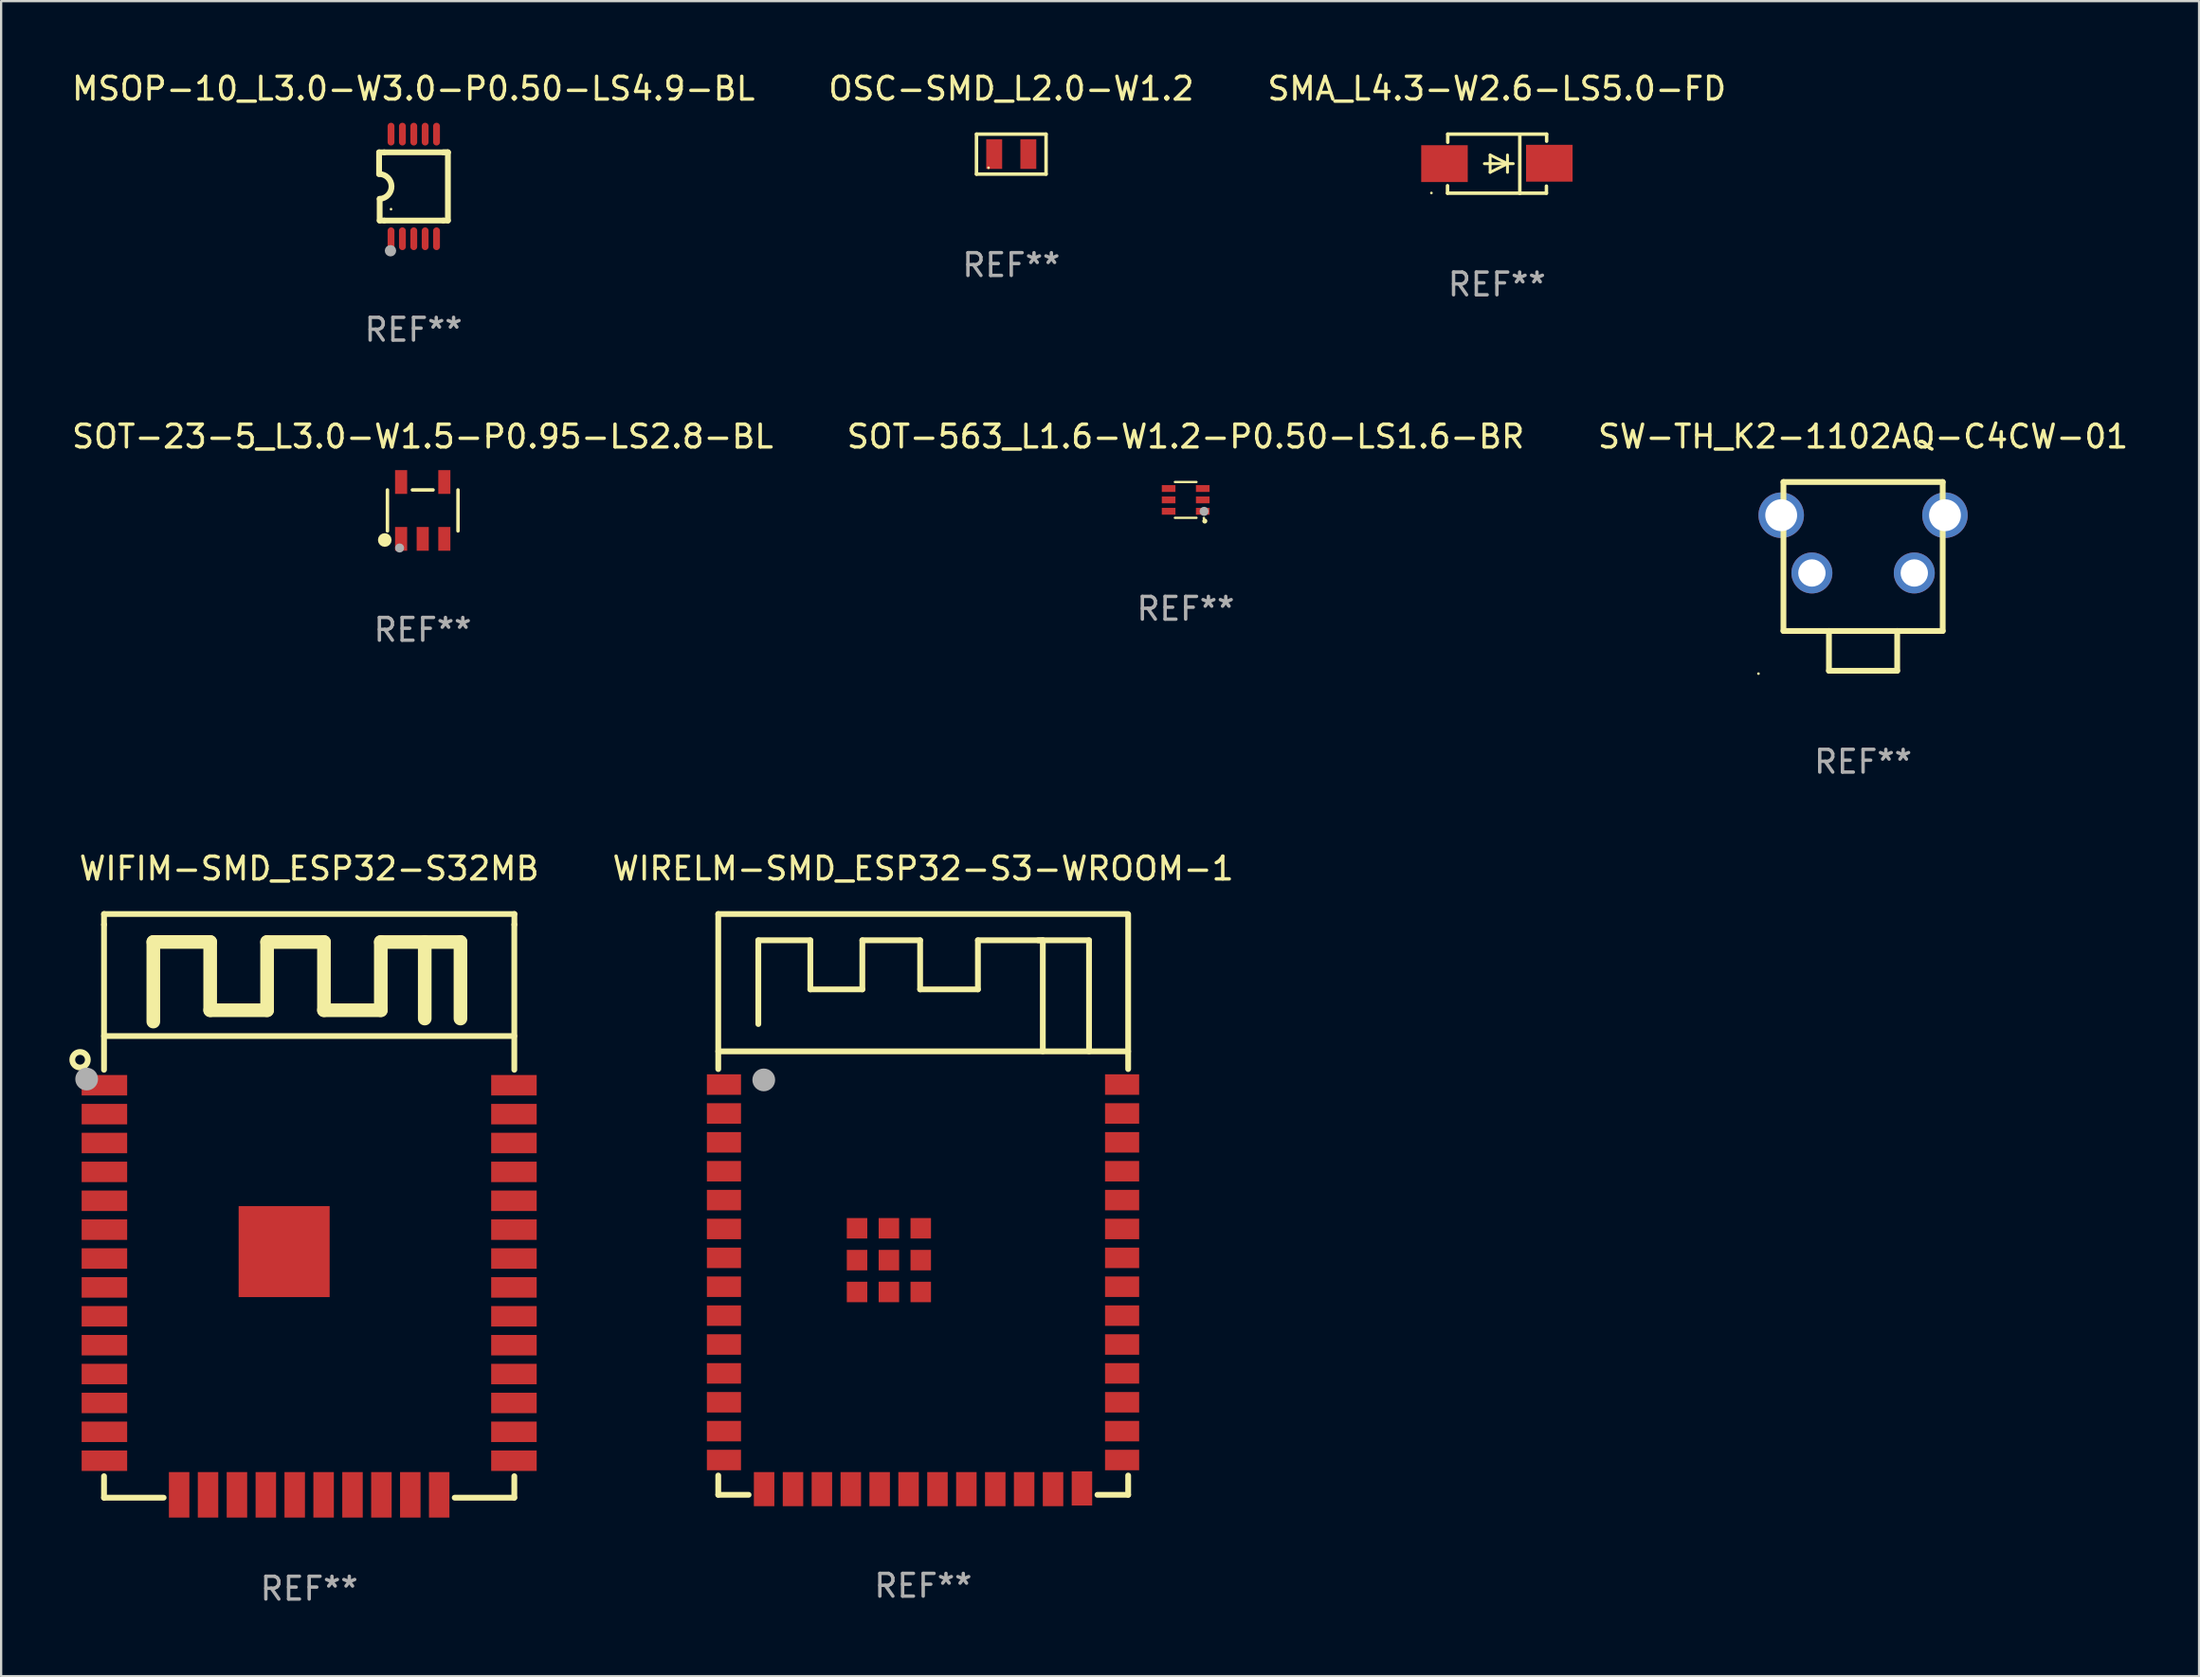
<source format=kicad_pcb>
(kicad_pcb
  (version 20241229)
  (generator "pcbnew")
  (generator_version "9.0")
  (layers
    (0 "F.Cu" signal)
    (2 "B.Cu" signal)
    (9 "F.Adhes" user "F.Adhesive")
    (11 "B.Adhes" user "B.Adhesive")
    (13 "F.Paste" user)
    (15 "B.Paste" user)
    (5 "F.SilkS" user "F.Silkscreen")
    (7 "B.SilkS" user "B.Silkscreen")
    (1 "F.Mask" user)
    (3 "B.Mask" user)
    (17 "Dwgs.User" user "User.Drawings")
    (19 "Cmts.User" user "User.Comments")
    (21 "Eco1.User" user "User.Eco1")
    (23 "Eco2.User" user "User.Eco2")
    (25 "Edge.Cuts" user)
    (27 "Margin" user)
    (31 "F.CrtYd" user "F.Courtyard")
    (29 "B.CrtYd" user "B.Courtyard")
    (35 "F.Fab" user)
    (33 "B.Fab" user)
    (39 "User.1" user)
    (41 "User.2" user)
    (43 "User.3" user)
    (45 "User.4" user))
  (footprint "MSOP-10_L3.0-W3.0-P0.50-LS4.9-BL"
    (layer "F.Cu")
    (at 15.137 5.148)
    (property "Reference" "MSOP-10_L3.0-W3.0-P0.50-LS4.9-BL" (at -0.012 -4.3 0) (layer "F.SilkS") (effects (font (size 1 1) (thickness 0.15))))
    (attr smd)
    (fp_line (start -1.524 -1.5) (end -1.524 -0.546) (stroke (width 0.254) (type solid)) (layer "F.SilkS"))
    (fp_line (start -1.499 0.546) (end -1.499 1.5) (stroke (width 0.254) (type solid)) (layer "F.SilkS"))
    (fp_line (start -1.3 -1.5) (end -1.524 -1.5) (stroke (width 0.254) (type solid)) (layer "F.SilkS"))
    (fp_line (start -1.3 -1.5) (end 1.5 -1.5) (stroke (width 0.254) (type solid)) (layer "F.SilkS"))
    (fp_line (start -1.3 1.5) (end -1.499 1.5) (stroke (width 0.254) (type solid)) (layer "F.SilkS"))
    (fp_line (start -1.3 1.5) (end 1.3 1.5) (stroke (width 0.254) (type solid)) (layer "F.SilkS"))
    (fp_line (start 1.5 -1.5) (end 1.3 -1.5) (stroke (width 0.254) (type solid)) (layer "F.SilkS"))
    (fp_line (start 1.5 -1.5) (end 1.5 1.5) (stroke (width 0.254) (type solid)) (layer "F.SilkS"))
    (fp_line (start 1.5 1.5) (end 1.3 1.5) (stroke (width 0.254) (type solid)) (layer "F.SilkS"))
    (fp_arc (start -1.524003 -0.546101) (mid -0.975871 -0.012452) (end -1.498602 0.546102) (stroke (width 0.254001) (type solid)) (layer "F.SilkS"))
    (fp_circle (center -1 1) (end -0.97 1) (stroke (width 0.06) (type solid)) (fill no) (layer "F.SilkS"))
    (fp_circle (center -1.024 2.828) (end -0.899 2.828) (stroke (width 0.25) (type solid)) (fill no) (layer "F.Fab"))
    (fp_text user "REF**" (at -0.012 6.3 0) (layer "F.Fab") (effects (font (size 1 1) (thickness 0.15))))
    (pad "1" smd oval (at -1 2.3) (size 0.3 1) (layers "F.Cu" "F.Mask" "F.Paste"))
    (pad "2" smd oval (at -0.5 2.3) (size 0.3 1) (layers "F.Cu" "F.Mask" "F.Paste"))
    (pad "3" smd oval (at 0 2.3) (size 0.3 1) (layers "F.Cu" "F.Mask" "F.Paste"))
    (pad "4" smd oval (at 0.5 2.3) (size 0.3 1) (layers "F.Cu" "F.Mask" "F.Paste"))
    (pad "5" smd oval (at 1 2.3) (size 0.3 1) (layers "F.Cu" "F.Mask" "F.Paste"))
    (pad "6" smd oval (at 1 -2.3) (size 0.3 1) (layers "F.Cu" "F.Mask" "F.Paste"))
    (pad "7" smd oval (at 0.5 -2.3) (size 0.3 1) (layers "F.Cu" "F.Mask" "F.Paste"))
    (pad "8" smd oval (at 0 -2.3) (size 0.3 1) (layers "F.Cu" "F.Mask" "F.Paste"))
    (pad "9" smd oval (at -0.5 -2.3) (size 0.3 1) (layers "F.Cu" "F.Mask" "F.Paste"))
    (pad "10" smd oval (at -1 -2.3) (size 0.3 1) (layers "F.Cu" "F.Mask" "F.Paste")))
  (footprint "SOT-23-5_L3.0-W1.5-P0.95-LS2.8-BL"
    (layer "F.Cu")
    (at 15.53 19.395)
    (property "Reference" "SOT-23-5_L3.0-W1.5-P0.95-LS2.8-BL" (at 0 -3.25 0) (layer "F.SilkS") (effects (font (size 1 1) (thickness 0.15))))
    (attr smd)
    (fp_line (start -1.551 0.901) (end -1.551 -0.901) (stroke (width 0.152) (type solid)) (layer "F.SilkS"))
    (fp_line (start 0.455 -0.901) (end -0.455 -0.901) (stroke (width 0.152) (type solid)) (layer "F.SilkS"))
    (fp_line (start 1.551 0.901) (end 1.551 -0.901) (stroke (width 0.152) (type solid)) (layer "F.SilkS"))
    (fp_circle (center -1.668 1.3) (end -1.518 1.3) (stroke (width 0.3) (type solid)) (fill no) (layer "F.SilkS"))
    (fp_circle (center -1.5 1.4) (end -1.47 1.4) (stroke (width 0.06) (type solid)) (fill no) (layer "F.SilkS"))
    (fp_circle (center -1.016 1.651) (end -0.916 1.651) (stroke (width 0.2) (type solid)) (fill no) (layer "F.Fab"))
    (fp_text user "REF**" (at 0 5.25 0) (layer "F.Fab") (effects (font (size 1 1) (thickness 0.15))))
    (pad "1" smd rect (at -0.95 1.25) (size 0.532 1.045) (layers "F.Cu" "F.Mask" "F.Paste"))
    (pad "2" smd rect (at 0 1.25) (size 0.532 1.045) (layers "F.Cu" "F.Mask" "F.Paste"))
    (pad "3" smd rect (at 0.95 1.25) (size 0.532 1.045) (layers "F.Cu" "F.Mask" "F.Paste"))
    (pad "4" smd rect (at 0.95 -1.25) (size 0.532 1.045) (layers "F.Cu" "F.Mask" "F.Paste"))
    (pad "5" smd rect (at -0.95 -1.25) (size 0.532 1.045) (layers "F.Cu" "F.Mask" "F.Paste")))
  (footprint "WIRELM-SMD_ESP32-S3-WROOM-1"
    (layer "F.Cu")
    (at 37.52 53.536)
    (property "Reference" "WIRELM-SMD_ESP32-S3-WROOM-1" (at 0.008 -18.395 0) (layer "F.SilkS") (effects (font (size 1 1) (thickness 0.15))))
    (attr smd)
    (fp_line (start -9 -16.395) (end -9 -9.576) (stroke (width 0.254) (type solid)) (layer "F.SilkS"))
    (fp_line (start -9 -10.355) (end 9.017 -10.355) (stroke (width 0.254) (type solid)) (layer "F.SilkS"))
    (fp_line (start -9 8.296) (end -9 9.144) (stroke (width 0.254) (type solid)) (layer "F.SilkS"))
    (fp_line (start -9 9.144) (end -7.666 9.144) (stroke (width 0.254) (type solid)) (layer "F.SilkS"))
    (fp_line (start -7.239 -15.24) (end -7.239 -11.557) (stroke (width 0.254) (type solid)) (layer "F.SilkS"))
    (fp_line (start -4.953 -15.24) (end -7.239 -15.24) (stroke (width 0.254) (type solid)) (layer "F.SilkS"))
    (fp_line (start -4.953 -13.081) (end -4.953 -15.24) (stroke (width 0.254) (type solid)) (layer "F.SilkS"))
    (fp_line (start -2.667 -15.24) (end -2.667 -13.081) (stroke (width 0.254) (type solid)) (layer "F.SilkS"))
    (fp_line (start -2.667 -13.081) (end -4.953 -13.081) (stroke (width 0.254) (type solid)) (layer "F.SilkS"))
    (fp_line (start -0.127 -15.24) (end -2.667 -15.24) (stroke (width 0.254) (type solid)) (layer "F.SilkS"))
    (fp_line (start -0.127 -13.081) (end -0.127 -15.24) (stroke (width 0.254) (type solid)) (layer "F.SilkS"))
    (fp_line (start 2.413 -15.24) (end 2.413 -13.081) (stroke (width 0.254) (type solid)) (layer "F.SilkS"))
    (fp_line (start 2.413 -13.081) (end -0.127 -13.081) (stroke (width 0.254) (type solid)) (layer "F.SilkS"))
    (fp_line (start 5.265 -15.24) (end 2.413 -15.24) (stroke (width 0.254) (type solid)) (layer "F.SilkS"))
    (fp_line (start 5.265 -10.355) (end 5.265 -15.24) (stroke (width 0.254) (type solid)) (layer "F.SilkS"))
    (fp_line (start 7.297 -15.24) (end 5.062 -15.24) (stroke (width 0.254) (type solid)) (layer "F.SilkS"))
    (fp_line (start 7.297 -10.355) (end 7.297 -15.24) (stroke (width 0.254) (type solid)) (layer "F.SilkS"))
    (fp_line (start 7.666 9.144) (end 9.017 9.144) (stroke (width 0.254) (type solid)) (layer "F.SilkS"))
    (fp_line (start 9 -16.395) (end -9 -16.395) (stroke (width 0.254) (type solid)) (layer "F.SilkS"))
    (fp_line (start 9.017 -9.576) (end 9.017 -16.383) (stroke (width 0.254) (type solid)) (layer "F.SilkS"))
    (fp_line (start 9.017 9.144) (end 9.017 8.296) (stroke (width 0.254) (type solid)) (layer "F.SilkS"))
    (fp_circle (center -9 -16.395) (end -8.97 -16.395) (stroke (width 0.06) (type solid)) (fill no) (layer "F.SilkS"))
    (fp_circle (center -7 -9.1) (end -6.75 -9.1) (stroke (width 0.5) (type solid)) (fill no) (layer "F.Fab"))
    (fp_text user "REF**" (at 0.008 13.144 0) (layer "F.Fab") (effects (font (size 1 1) (thickness 0.15))))
    (pad "1" smd rect (at -8.75 -8.895) (size 1.5 0.9) (layers "F.Cu" "F.Mask" "F.Paste"))
    (pad "2" smd rect (at -8.75 -7.625) (size 1.5 0.9) (layers "F.Cu" "F.Mask" "F.Paste"))
    (pad "3" smd rect (at -8.75 -6.355) (size 1.5 0.9) (layers "F.Cu" "F.Mask" "F.Paste"))
    (pad "4" smd rect (at -8.75 -5.085) (size 1.5 0.9) (layers "F.Cu" "F.Mask" "F.Paste"))
    (pad "5" smd rect (at -8.75 -3.815) (size 1.5 0.9) (layers "F.Cu" "F.Mask" "F.Paste"))
    (pad "6" smd rect (at -8.75 -2.545) (size 1.5 0.9) (layers "F.Cu" "F.Mask" "F.Paste"))
    (pad "7" smd rect (at -8.75 -1.275) (size 1.5 0.9) (layers "F.Cu" "F.Mask" "F.Paste"))
    (pad "8" smd rect (at -8.75 -0.005) (size 1.5 0.9) (layers "F.Cu" "F.Mask" "F.Paste"))
    (pad "9" smd rect (at -8.75 1.265) (size 1.5 0.9) (layers "F.Cu" "F.Mask" "F.Paste"))
    (pad "10" smd rect (at -8.75 2.535) (size 1.5 0.9) (layers "F.Cu" "F.Mask" "F.Paste"))
    (pad "11" smd rect (at -8.75 3.805) (size 1.5 0.9) (layers "F.Cu" "F.Mask" "F.Paste"))
    (pad "12" smd rect (at -8.75 5.075) (size 1.5 0.9) (layers "F.Cu" "F.Mask" "F.Paste"))
    (pad "13" smd rect (at -8.75 6.345) (size 1.5 0.9) (layers "F.Cu" "F.Mask" "F.Paste"))
    (pad "14" smd rect (at -8.75 7.615) (size 1.5 0.9) (layers "F.Cu" "F.Mask" "F.Paste"))
    (pad "15" smd rect (at -6.985 8.895 90) (size 1.5 0.9) (layers "F.Cu" "F.Mask" "F.Paste"))
    (pad "16" smd rect (at -5.715 8.895 90) (size 1.5 0.9) (layers "F.Cu" "F.Mask" "F.Paste"))
    (pad "17" smd rect (at -4.445 8.895 90) (size 1.5 0.9) (layers "F.Cu" "F.Mask" "F.Paste"))
    (pad "18" smd rect (at -3.175 8.895 90) (size 1.5 0.9) (layers "F.Cu" "F.Mask" "F.Paste"))
    (pad "19" smd rect (at -1.905 8.895 90) (size 1.5 0.9) (layers "F.Cu" "F.Mask" "F.Paste"))
    (pad "20" smd rect (at -0.635 8.895 90) (size 1.5 0.9) (layers "F.Cu" "F.Mask" "F.Paste"))
    (pad "21" smd rect (at 0.635 8.895 90) (size 1.5 0.9) (layers "F.Cu" "F.Mask" "F.Paste"))
    (pad "22" smd rect (at 1.905 8.895 90) (size 1.5 0.9) (layers "F.Cu" "F.Mask" "F.Paste"))
    (pad "23" smd rect (at 3.175 8.895 90) (size 1.5 0.9) (layers "F.Cu" "F.Mask" "F.Paste"))
    (pad "24" smd rect (at 4.445 8.895 90) (size 1.5 0.9) (layers "F.Cu" "F.Mask" "F.Paste"))
    (pad "25" smd rect (at 5.715 8.895 90) (size 1.5 0.9) (layers "F.Cu" "F.Mask" "F.Paste"))
    (pad "26" smd rect (at 6.985 8.865 90) (size 1.5 0.9) (layers "F.Cu" "F.Mask" "F.Paste"))
    (pad "27" smd rect (at 8.75 7.615 180) (size 1.5 0.9) (layers "F.Cu" "F.Mask" "F.Paste"))
    (pad "28" smd rect (at 8.75 6.345 180) (size 1.5 0.9) (layers "F.Cu" "F.Mask" "F.Paste"))
    (pad "29" smd rect (at 8.75 5.075 180) (size 1.5 0.9) (layers "F.Cu" "F.Mask" "F.Paste"))
    (pad "30" smd rect (at 8.75 3.805 180) (size 1.5 0.9) (layers "F.Cu" "F.Mask" "F.Paste"))
    (pad "31" smd rect (at 8.75 2.535 180) (size 1.5 0.9) (layers "F.Cu" "F.Mask" "F.Paste"))
    (pad "32" smd rect (at 8.75 1.265 180) (size 1.5 0.9) (layers "F.Cu" "F.Mask" "F.Paste"))
    (pad "33" smd rect (at 8.75 -0.005 180) (size 1.5 0.9) (layers "F.Cu" "F.Mask" "F.Paste"))
    (pad "34" smd rect (at 8.75 -1.275 180) (size 1.5 0.9) (layers "F.Cu" "F.Mask" "F.Paste"))
    (pad "35" smd rect (at 8.75 -2.545 180) (size 1.5 0.9) (layers "F.Cu" "F.Mask" "F.Paste"))
    (pad "36" smd rect (at 8.75 -3.815 180) (size 1.5 0.9) (layers "F.Cu" "F.Mask" "F.Paste"))
    (pad "37" smd rect (at 8.75 -5.085 180) (size 1.5 0.9) (layers "F.Cu" "F.Mask" "F.Paste"))
    (pad "38" smd rect (at 8.75 -6.355 180) (size 1.5 0.9) (layers "F.Cu" "F.Mask" "F.Paste"))
    (pad "39" smd rect (at 8.75 -7.625 180) (size 1.5 0.9) (layers "F.Cu" "F.Mask" "F.Paste"))
    (pad "40" smd rect (at 8.75 -8.895 180) (size 1.5 0.9) (layers "F.Cu" "F.Mask" "F.Paste"))
    (pad "41" smd rect (at -2.9 -2.575 90) (size 0.9 0.9) (layers "F.Cu" "F.Mask" "F.Paste"))
    (pad "41" smd rect (at -2.9 -1.175 90) (size 0.9 0.9) (layers "F.Cu" "F.Mask" "F.Paste"))
    (pad "41" smd rect (at -2.9 0.225 90) (size 0.9 0.9) (layers "F.Cu" "F.Mask" "F.Paste"))
    (pad "41" smd rect (at -1.5 -2.575 90) (size 0.9 0.9) (layers "F.Cu" "F.Mask" "F.Paste"))
    (pad "41" smd rect (at -1.5 -1.175 90) (size 0.9 0.9) (layers "F.Cu" "F.Mask" "F.Paste"))
    (pad "41" smd rect (at -1.5 0.225 90) (size 0.9 0.9) (layers "F.Cu" "F.Mask" "F.Paste"))
    (pad "41" smd rect (at -0.1 -2.575 90) (size 0.9 0.9) (layers "F.Cu" "F.Mask" "F.Paste"))
    (pad "41" smd rect (at -0.1 -1.175 90) (size 0.9 0.9) (layers "F.Cu" "F.Mask" "F.Paste"))
    (pad "41" smd rect (at -0.1 0.225 90) (size 0.9 0.9) (layers "F.Cu" "F.Mask" "F.Paste")))
  (footprint "SOT-563_L1.6-W1.2-P0.50-LS1.6-BR"
    (layer "F.Cu")
    (at 49.065 18.932)
    (property "Reference" "SOT-563_L1.6-W1.2-P0.50-LS1.6-BR" (at 0 -2.787 0) (layer "F.SilkS") (effects (font (size 1 1) (thickness 0.15))))
    (attr smd)
    (fp_line (start -0.475 -0.787) (end 0.475 -0.787) (stroke (width 0.1) (type solid)) (layer "F.SilkS"))
    (fp_line (start -0.475 0.787) (end 0.475 0.787) (stroke (width 0.1) (type solid)) (layer "F.SilkS"))
    (fp_circle (center 0.799 0.8) (end 0.829 0.8) (stroke (width 0.06) (type solid)) (fill no) (layer "F.SilkS"))
    (fp_circle (center 0.84 0.93) (end 0.9 0.93) (stroke (width 0.102) (type solid)) (fill no) (layer "F.SilkS"))
    (fp_circle (center 0.81 0.503) (end 0.91 0.503) (stroke (width 0.2) (type solid)) (fill no) (layer "F.Fab"))
    (fp_text user "REF**" (at 0 4.787 0) (layer "F.Fab") (effects (font (size 1 1) (thickness 0.15))))
    (pad "1" smd rect (at 0.75 0.5 90) (size 0.3 0.6) (layers "F.Cu" "F.Mask" "F.Paste"))
    (pad "2" smd rect (at 0.75 0.000127 90) (size 0.3 0.6) (layers "F.Cu" "F.Mask" "F.Paste"))
    (pad "3" smd rect (at 0.75 -0.5 90) (size 0.3 0.6) (layers "F.Cu" "F.Mask" "F.Paste"))
    (pad "4" smd rect (at -0.75 -0.5 90) (size 0.3 0.6) (layers "F.Cu" "F.Mask" "F.Paste"))
    (pad "5" smd rect (at -0.75 0.000127 90) (size 0.3 0.6) (layers "F.Cu" "F.Mask" "F.Paste"))
    (pad "6" smd rect (at -0.75 0.5 90) (size 0.3 0.6) (layers "F.Cu" "F.Mask" "F.Paste")))
  (footprint "SMA_L4.3-W2.6-LS5.0-FD"
    (layer "F.Cu")
    (at 62.744 4.136)
    (property "Reference" "SMA_L4.3-W2.6-LS5.0-FD" (at 0 -3.288 0) (layer "F.SilkS") (effects (font (size 1 1) (thickness 0.15))))
    (attr smd)
    (fp_line (start -2.17 0.979) (end -2.17 1.309) (stroke (width 0.152) (type solid)) (layer "F.SilkS"))
    (fp_line (start -2.17 1.309) (end 2.177 1.309) (stroke (width 0.152) (type solid)) (layer "F.SilkS"))
    (fp_line (start -2.16 -1.288) (end 2.186 -1.288) (stroke (width 0.152) (type solid)) (layer "F.SilkS"))
    (fp_line (start -2.16 -0.93) (end -2.16 -1.288) (stroke (width 0.152) (type solid)) (layer "F.SilkS"))
    (fp_line (start -0.551 0.01) (end 0.719 0.01) (stroke (width 0.127) (type solid)) (layer "F.SilkS"))
    (fp_line (start -0.297 -0.371) (end 0.465 0.01) (stroke (width 0.127) (type solid)) (layer "F.SilkS"))
    (fp_line (start -0.297 0.01) (end -0.297 -0.371) (stroke (width 0.127) (type solid)) (layer "F.SilkS"))
    (fp_line (start -0.297 0.01) (end -0.297 0.391) (stroke (width 0.127) (type solid)) (layer "F.SilkS"))
    (fp_line (start -0.297 0.391) (end 0.465 0.01) (stroke (width 0.127) (type solid)) (layer "F.SilkS"))
    (fp_line (start 0.465 0.01) (end 0.465 -0.371) (stroke (width 0.127) (type solid)) (layer "F.SilkS"))
    (fp_line (start 0.465 0.01) (end 0.465 0.391) (stroke (width 0.127) (type solid)) (layer "F.SilkS"))
    (fp_line (start 1.007 -1.276) (end 1.007 1.321) (stroke (width 0.152) (type solid)) (layer "F.SilkS"))
    (fp_line (start 2.177 1.309) (end 2.177 0.998) (stroke (width 0.152) (type solid)) (layer "F.SilkS"))
    (fp_line (start 2.186 -1.288) (end 2.186 -0.977) (stroke (width 0.152) (type solid)) (layer "F.SilkS"))
    (fp_circle (center -2.879 1.3) (end -2.849 1.3) (stroke (width 0.06) (type solid)) (fill no) (layer "F.SilkS"))
    (fp_text user "REF**" (at 0 5.321 0) (layer "F.Fab") (effects (font (size 1 1) (thickness 0.15))))
    (pad "1" smd rect (at -2.304 0.009) (size 2.046 1.62) (layers "F.Cu" "F.Mask" "F.Paste"))
    (pad "2" smd rect (at 2.304 -0.009 180) (size 2.046 1.62) (layers "F.Cu" "F.Mask" "F.Paste")))
  (footprint "WIFIM-SMD_ESP32-S32MB"
    (layer "F.Cu")
    (at 10.539 53.676)
    (property "Reference" "WIFIM-SMD_ESP32-S32MB" (at 0.001 -18.535 0) (layer "F.SilkS") (effects (font (size 1 1) (thickness 0.15))))
    (attr smd)
    (fp_line (start -9.017 -16.535) (end 9.02 -16.535) (stroke (width 0.254) (type solid)) (layer "F.SilkS"))
    (fp_line (start -9.017 -16.069) (end -9.017 -16.535) (stroke (width 0.254) (type solid)) (layer "F.SilkS"))
    (fp_line (start -9.017 -16.069) (end -9.017 -9.686) (stroke (width 0.254) (type solid)) (layer "F.SilkS"))
    (fp_line (start -9.017 -11.169) (end 9.017 -11.169) (stroke (width 0.254) (type solid)) (layer "F.SilkS"))
    (fp_line (start -9.017 8.186) (end -9.017 9.131) (stroke (width 0.254) (type solid)) (layer "F.SilkS"))
    (fp_line (start -9.017 9.131) (end -6.396 9.131) (stroke (width 0.254) (type solid)) (layer "F.SilkS"))
    (fp_line (start -6.85 -15.305) (end -6.85 -11.805) (stroke (width 0.6) (type solid)) (layer "F.SilkS"))
    (fp_line (start -4.351 -12.304) (end -4.351 -15.304) (stroke (width 0.6) (type solid)) (layer "F.SilkS"))
    (fp_line (start -4.35 -15.305) (end -6.85 -15.305) (stroke (width 0.6) (type solid)) (layer "F.SilkS"))
    (fp_line (start -1.849 -15.304) (end -1.849 -12.304) (stroke (width 0.6) (type solid)) (layer "F.SilkS"))
    (fp_line (start -1.849 -12.304) (end -4.351 -12.304) (stroke (width 0.6) (type solid)) (layer "F.SilkS"))
    (fp_line (start 0.65 -15.304) (end -1.849 -15.304) (stroke (width 0.6) (type solid)) (layer "F.SilkS"))
    (fp_line (start 0.65 -12.304) (end 0.65 -15.304) (stroke (width 0.6) (type solid)) (layer "F.SilkS"))
    (fp_line (start 3.149 -15.304) (end 3.149 -12.304) (stroke (width 0.6) (type solid)) (layer "F.SilkS"))
    (fp_line (start 3.149 -12.304) (end 0.65 -12.304) (stroke (width 0.6) (type solid)) (layer "F.SilkS"))
    (fp_line (start 5.08 -15.304) (end 5.08 -11.937) (stroke (width 0.6) (type solid)) (layer "F.SilkS"))
    (fp_line (start 6.396 9.131) (end 9.017 9.131) (stroke (width 0.254) (type solid)) (layer "F.SilkS"))
    (fp_line (start 6.65 -15.304) (end 3.149 -15.304) (stroke (width 0.6) (type solid)) (layer "F.SilkS"))
    (fp_line (start 6.65 -11.937) (end 6.65 -15.304) (stroke (width 0.6) (type solid)) (layer "F.SilkS"))
    (fp_line (start 9.017 -16.069) (end 9.017 -9.686) (stroke (width 0.254) (type solid)) (layer "F.SilkS"))
    (fp_line (start 9.017 9.131) (end 9.017 8.186) (stroke (width 0.254) (type solid)) (layer "F.SilkS"))
    (fp_line (start 9.02 -16.535) (end 9.02 -16.069) (stroke (width 0.254) (type solid)) (layer "F.SilkS"))
    (fp_circle (center -10.07 -10.127) (end -9.728 -10.127) (stroke (width 0.254) (type solid)) (fill no) (layer "F.SilkS"))
    (fp_circle (center -9 -16.495) (end -8.97 -16.495) (stroke (width 0.06) (type solid)) (fill no) (layer "F.SilkS"))
    (fp_circle (center -9.78 -9.277) (end -9.53 -9.277) (stroke (width 0.5) (type solid)) (fill no) (layer "F.Fab"))
    (fp_text user "REF**" (at 0.001 13.131 0) (layer "F.Fab") (effects (font (size 1 1) (thickness 0.15))))
    (pad "1" smd rect (at -9 -9.005) (size 2 0.9) (layers "F.Cu" "F.Mask" "F.Paste"))
    (pad "2" smd rect (at -9 -7.735) (size 2 0.9) (layers "F.Cu" "F.Mask" "F.Paste"))
    (pad "3" smd rect (at -9 -6.465) (size 2 0.9) (layers "F.Cu" "F.Mask" "F.Paste"))
    (pad "4" smd rect (at -9 -5.195) (size 2 0.9) (layers "F.Cu" "F.Mask" "F.Paste"))
    (pad "5" smd rect (at -9 -3.925) (size 2 0.9) (layers "F.Cu" "F.Mask" "F.Paste"))
    (pad "6" smd rect (at -9 -2.655) (size 2 0.9) (layers "F.Cu" "F.Mask" "F.Paste"))
    (pad "7" smd rect (at -9 -1.385) (size 2 0.9) (layers "F.Cu" "F.Mask" "F.Paste"))
    (pad "8" smd rect (at -9 -0.115) (size 2 0.9) (layers "F.Cu" "F.Mask" "F.Paste"))
    (pad "9" smd rect (at -9 1.155) (size 2 0.9) (layers "F.Cu" "F.Mask" "F.Paste"))
    (pad "10" smd rect (at -9 2.425) (size 2 0.9) (layers "F.Cu" "F.Mask" "F.Paste"))
    (pad "11" smd rect (at -9 3.695) (size 2 0.9) (layers "F.Cu" "F.Mask" "F.Paste"))
    (pad "12" smd rect (at -9 4.965) (size 2 0.9) (layers "F.Cu" "F.Mask" "F.Paste"))
    (pad "13" smd rect (at -9 6.235) (size 2 0.9) (layers "F.Cu" "F.Mask" "F.Paste"))
    (pad "14" smd rect (at -9 7.505) (size 2 0.9) (layers "F.Cu" "F.Mask" "F.Paste"))
    (pad "15" smd rect (at -5.715 9.005 270) (size 2 0.9) (layers "F.Cu" "F.Mask" "F.Paste"))
    (pad "16" smd rect (at -4.445 9.005 270) (size 2 0.9) (layers "F.Cu" "F.Mask" "F.Paste"))
    (pad "17" smd rect (at -3.175 9.005 270) (size 2 0.9) (layers "F.Cu" "F.Mask" "F.Paste"))
    (pad "18" smd rect (at -1.905 9.005 270) (size 2 0.9) (layers "F.Cu" "F.Mask" "F.Paste"))
    (pad "19" smd rect (at -0.635 9.005 270) (size 2 0.9) (layers "F.Cu" "F.Mask" "F.Paste"))
    (pad "20" smd rect (at 0.635 9.005 270) (size 2 0.9) (layers "F.Cu" "F.Mask" "F.Paste"))
    (pad "21" smd rect (at 1.905 9.005 270) (size 2 0.9) (layers "F.Cu" "F.Mask" "F.Paste"))
    (pad "22" smd rect (at 3.175 9.005 270) (size 2 0.9) (layers "F.Cu" "F.Mask" "F.Paste"))
    (pad "23" smd rect (at 4.445 9.005 270) (size 2 0.9) (layers "F.Cu" "F.Mask" "F.Paste"))
    (pad "24" smd rect (at 5.715 9.005 270) (size 2 0.9) (layers "F.Cu" "F.Mask" "F.Paste"))
    (pad "25" smd rect (at 9 7.505) (size 2 0.9) (layers "F.Cu" "F.Mask" "F.Paste"))
    (pad "26" smd rect (at 9 6.235) (size 2 0.9) (layers "F.Cu" "F.Mask" "F.Paste"))
    (pad "27" smd rect (at 9 4.965) (size 2 0.9) (layers "F.Cu" "F.Mask" "F.Paste"))
    (pad "28" smd rect (at 9 3.695) (size 2 0.9) (layers "F.Cu" "F.Mask" "F.Paste"))
    (pad "29" smd rect (at 9 2.425) (size 2 0.9) (layers "F.Cu" "F.Mask" "F.Paste"))
    (pad "30" smd rect (at 9 1.155) (size 2 0.9) (layers "F.Cu" "F.Mask" "F.Paste"))
    (pad "31" smd rect (at 9 -0.115) (size 2 0.9) (layers "F.Cu" "F.Mask" "F.Paste"))
    (pad "32" smd rect (at 9 -1.385) (size 2 0.9) (layers "F.Cu" "F.Mask" "F.Paste"))
    (pad "33" smd rect (at 9 -2.655) (size 2 0.9) (layers "F.Cu" "F.Mask" "F.Paste"))
    (pad "34" smd rect (at 9 -3.925) (size 2 0.9) (layers "F.Cu" "F.Mask" "F.Paste"))
    (pad "35" smd rect (at 9 -5.195) (size 2 0.9) (layers "F.Cu" "F.Mask" "F.Paste"))
    (pad "36" smd rect (at 9 -6.465) (size 2 0.9) (layers "F.Cu" "F.Mask" "F.Paste"))
    (pad "37" smd rect (at 9 -7.735) (size 2 0.9) (layers "F.Cu" "F.Mask" "F.Paste"))
    (pad "38" smd rect (at 9 -9.005) (size 2 0.9) (layers "F.Cu" "F.Mask" "F.Paste"))
    (pad "39" smd rect (at -1.1 -1.689) (size 4 4) (layers "F.Cu" "F.Mask" "F.Paste")))
  (footprint "OSC-SMD_L2.0-W1.2"
    (layer "F.Cu")
    (at 41.399 3.727)
    (property "Reference" "OSC-SMD_L2.0-W1.2" (at 0 -2.879 0) (layer "F.SilkS") (effects (font (size 1 1) (thickness 0.15))))
    (attr smd)
    (fp_line (start -1.529 -0.879) (end 1.529 -0.879) (stroke (width 0.152) (type solid)) (layer "F.SilkS"))
    (fp_line (start -1.529 0.879) (end -1.529 -0.879) (stroke (width 0.152) (type solid)) (layer "F.SilkS"))
    (fp_line (start 1.529 -0.879) (end 1.529 0.879) (stroke (width 0.152) (type solid)) (layer "F.SilkS"))
    (fp_line (start 1.529 0.879) (end -1.529 0.879) (stroke (width 0.152) (type solid)) (layer "F.SilkS"))
    (fp_circle (center -1 0.6) (end -0.97 0.6) (stroke (width 0.06) (type solid)) (fill no) (layer "F.SilkS"))
    (fp_text user "REF**" (at 0 4.879 0) (layer "F.Fab") (effects (font (size 1 1) (thickness 0.15))))
    (pad "1" smd rect (at -0.75 0) (size 0.7 1.3) (layers "F.Cu" "F.Mask" "F.Paste"))
    (pad "2" smd rect (at 0.75 0) (size 0.7 1.3) (layers "F.Cu" "F.Mask" "F.Paste")))
  (footprint "SW-TH_K2-1102AQ-C4CW-01"
    (layer "F.Cu")
    (at 78.839 20.875)
    (property "Reference" "SW-TH_K2-1102AQ-C4CW-01" (at 0 -4.73 0) (layer "F.SilkS") (effects (font (size 1 1) (thickness 0.15))))
    (attr through_hole)
    (fp_line (start -3.5 -2.73) (end -3.5 3.82) (stroke (width 0.254) (type solid)) (layer "F.SilkS"))
    (fp_line (start -3.5 -2.73) (end 3.5 -2.73) (stroke (width 0.254) (type solid)) (layer "F.SilkS"))
    (fp_line (start -3.5 3.82) (end 3.5 3.82) (stroke (width 0.254) (type solid)) (layer "F.SilkS"))
    (fp_line (start -1.5 3.82) (end -1.5 5.57) (stroke (width 0.254) (type solid)) (layer "F.SilkS"))
    (fp_line (start -1.5 5.57) (end 1.5 5.57) (stroke (width 0.254) (type solid)) (layer "F.SilkS"))
    (fp_line (start 1.5 3.82) (end 1.5 5.57) (stroke (width 0.254) (type solid)) (layer "F.SilkS"))
    (fp_line (start 3.5 -2.73) (end 3.5 3.82) (stroke (width 0.254) (type solid)) (layer "F.SilkS"))
    (fp_circle (center -4.599 5.697) (end -4.569 5.697) (stroke (width 0.06) (type solid)) (fill no) (layer "F.SilkS"))
    (fp_text user "REF**" (at 0 9.57 0) (layer "F.Fab") (effects (font (size 1 1) (thickness 0.15))))
    (pad "1" thru_hole circle (at -2.25 1.27) (size 1.8 1.8) (drill 1.2) (layers "*.Cu" "*.Mask"))
    (pad "2" thru_hole circle (at 2.25 1.27) (size 1.8 1.8) (drill 1.2) (layers "*.Cu" "*.Mask"))
    (pad "3" thru_hole circle (at 3.599 -1.27) (size 2 2) (drill 1.4) (layers "*.Cu" "*.Mask"))
    (pad "4" thru_hole circle (at -3.599 -1.27) (size 2 2) (drill 1.4) (layers "*.Cu" "*.Mask")))
  (gr_rect
    (start -3 -3)
    (end 93.607 70.656)
    (stroke (width 0.1) (type default))
    (fill no)
    (layer "Edge.Cuts")))
</source>
